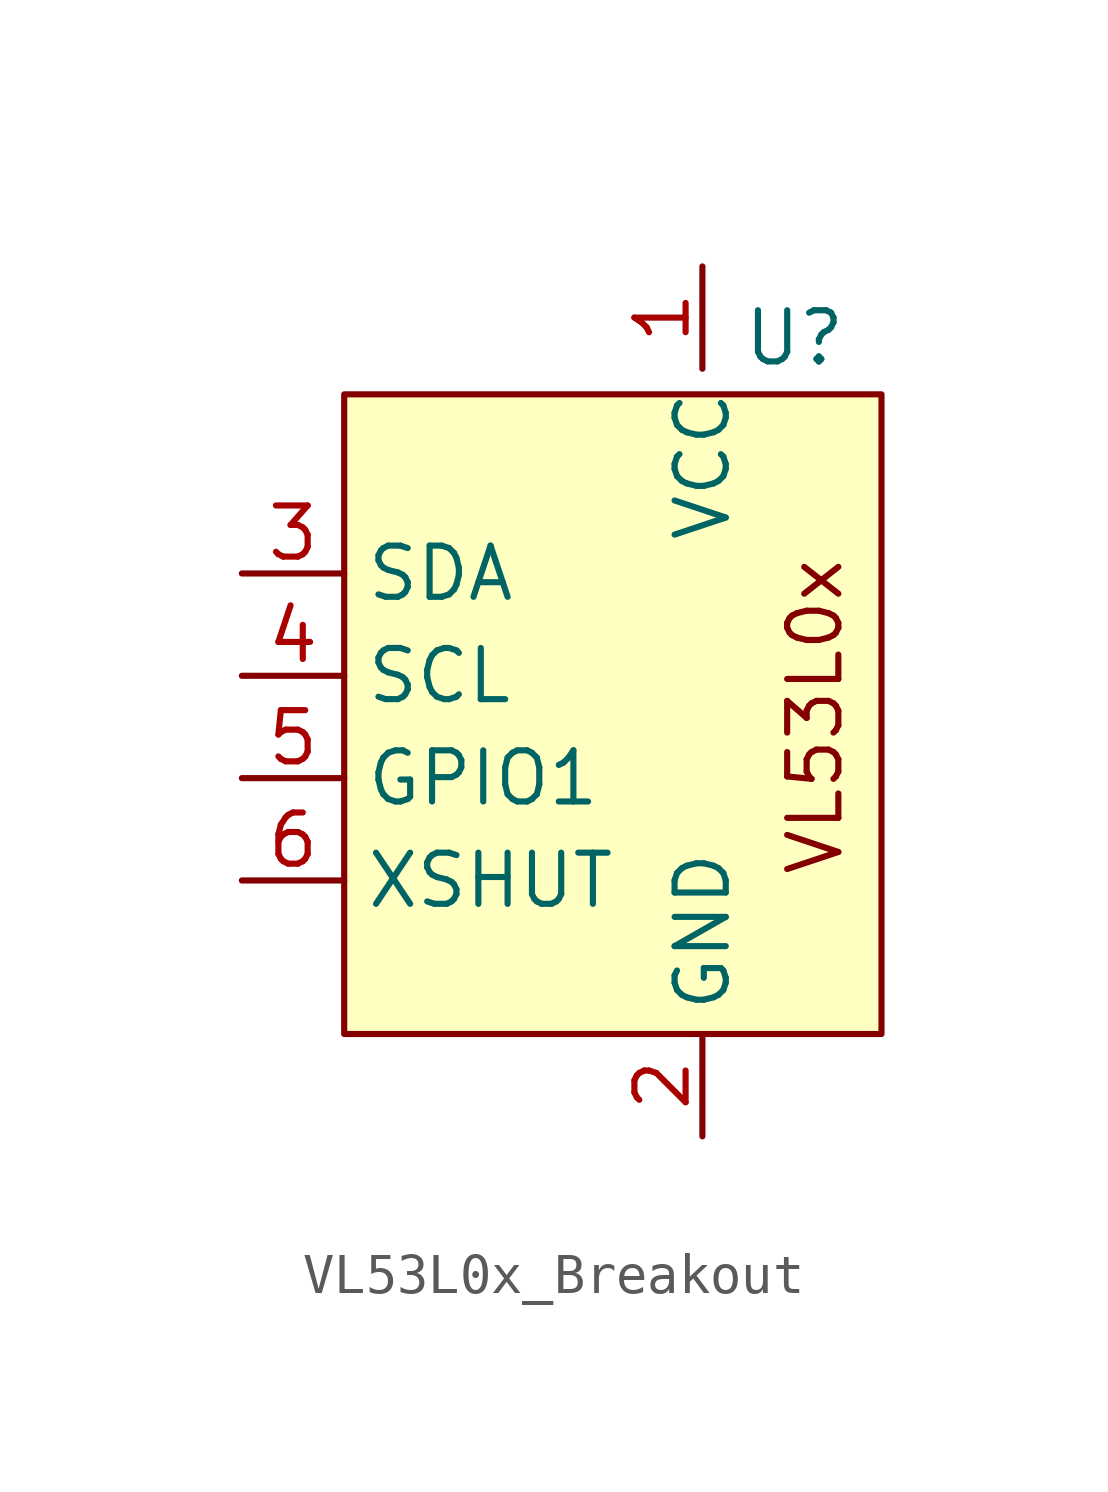
<source format=kicad_sym>
(kicad_symbol_lib
  (version 20241209)
  (generator "kicad_symbol_editor")
  (generator_version "9.0")
  (symbol "VL53L0x_Breakout"
    (property "Reference" "U"
      (at 4.826 9.652 0)
      (effects (font (size 1.27 1.27))))
    (property "Value" ""
      (at 0 0 0)
      (effects (font (size 1.27 1.27))))
    (symbol "VL53L0x_Breakout_0_1"
      (rectangle (start -6.35 8.255) (end 6.985 -7.62) (stroke (width 0) (type default)) (fill (type background))))
    (symbol "VL53L0x_Breakout_1_1"
      (text "VL53L0x" (at 5.334 0.254 900) (effects (font (size 1.27 1.27))))
      (pin input line (at -8.89 3.81 0) (length 2.54) (name "SDA" (effects (font (size 1.27 1.27)))) (number "3" (effects (font (size 1.27 1.27)))))
      (pin input line (at -8.89 1.27 0) (length 2.54) (name "SCL" (effects (font (size 1.27 1.27)))) (number "4" (effects (font (size 1.27 1.27)))))
      (pin input line (at -8.89 -1.27 0) (length 2.54) (name "GPIO1" (effects (font (size 1.27 1.27)))) (number "5" (effects (font (size 1.27 1.27)))))
      (pin input line (at -8.89 -3.81 0) (length 2.54) (name "XSHUT" (effects (font (size 1.27 1.27)))) (number "6" (effects (font (size 1.27 1.27)))))
      (pin power_in line (at 2.54 11.43 270) (length 2.54) (name "VCC" (effects (font (size 1.27 1.27)))) (number "1" (effects (font (size 1.27 1.27)))))
      (pin power_in line (at 2.54 -10.16 90) (length 2.54) (name "GND" (effects (font (size 1.27 1.27)))) (number "2" (effects (font (size 1.27 1.27))))))))
</source>
